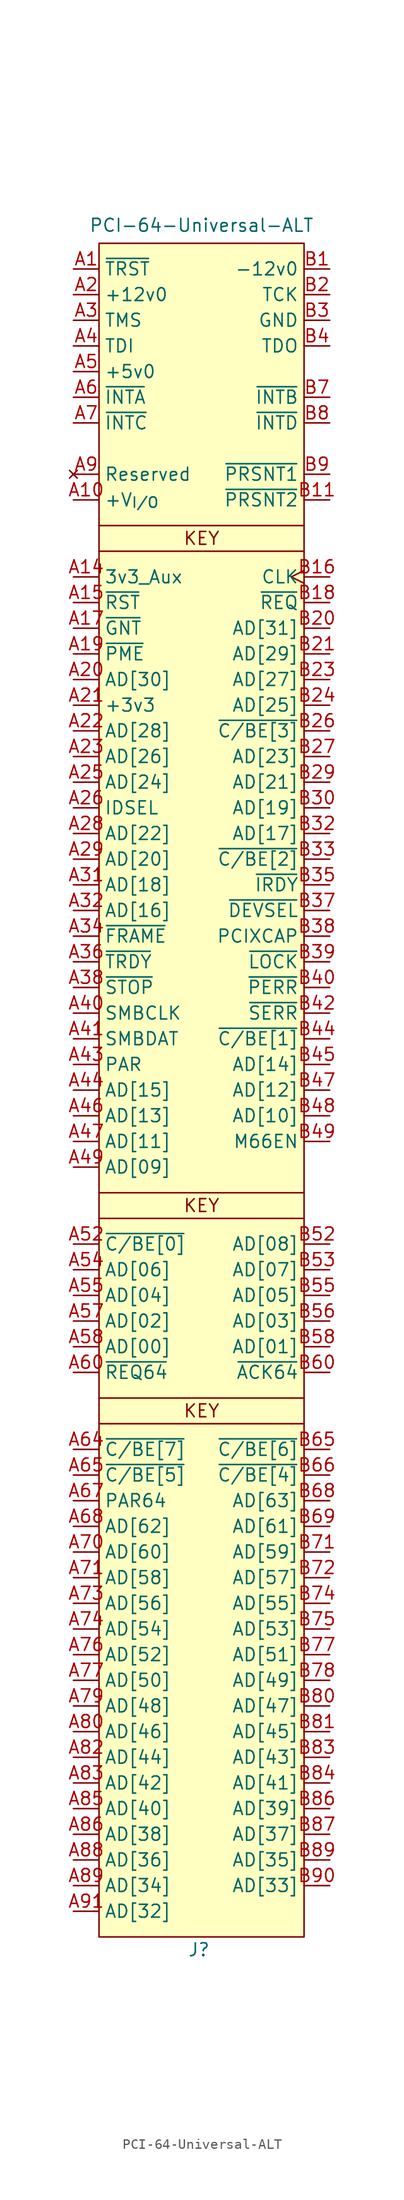
<source format=kicad_sym>
(kicad_symbol_lib
  (version 20241209)
  (generator "kicad_symbol_editor")
  (generator_version "9.0")
  (symbol "PCI-64-Universal-ALT"
    (property "Reference" "J"
      (at -0.254 -139.7 0)
      (effects (font (size 1.27 1.27))))
    (property "Value" "PCI-64-Universal-ALT"
      (at 0 30.988 0)
      (effects (font (size 1.27 1.27))))
    (symbol "PCI-64-Universal-ALT_1_1"
      (rectangle (start -10.16 29.21) (end 10.16 -138.43) (stroke (width 0) (type solid)) (fill (type background)))
      (polyline (pts (xy -10.16 1.27) (xy 10.16 1.27)) (stroke (width 0) (type default)) (fill (type none)))
      (polyline (pts (xy -10.16 -1.27) (xy 10.16 -1.27)) (stroke (width 0) (type default)) (fill (type none)))
      (polyline (pts (xy -10.16 -64.77) (xy 10.16 -64.77)) (stroke (width 0) (type default)) (fill (type none)))
      (polyline (pts (xy -10.16 -67.31) (xy 10.16 -67.31)) (stroke (width 0) (type default)) (fill (type none)))
      (polyline (pts (xy -10.16 -85.09) (xy 10.16 -85.09)) (stroke (width 0) (type default)) (fill (type none)))
      (polyline (pts (xy -10.16 -87.63) (xy 10.16 -87.63)) (stroke (width 0) (type default)) (fill (type none)))
      (text "KEY" (at 0 0 0) (effects (font (size 1.27 1.27))))
      (text "KEY" (at 0 -66.04 0) (effects (font (size 1.27 1.27))))
      (text "KEY" (at 0 -86.36 0) (effects (font (size 1.27 1.27))))
      (pin input line (at -12.7 26.67 0) (length 2.54) (name "~{TRST}" (effects (font (size 1.27 1.27)))) (number "A1" (effects (font (size 1.27 1.27)))))
      (pin power_in line (at -12.7 24.13 0) (length 2.54) (name "+12v0" (effects (font (size 1.27 1.27)))) (number "A2" (effects (font (size 1.27 1.27)))))
      (pin input line (at -12.7 21.59 0) (length 2.54) (name "TMS" (effects (font (size 1.27 1.27)))) (number "A3" (effects (font (size 1.27 1.27)))))
      (pin input line (at -12.7 19.05 0) (length 2.54) (name "TDI" (effects (font (size 1.27 1.27)))) (number "A4" (effects (font (size 1.27 1.27)))))
      (pin power_in line (at -12.7 16.51 0) (length 2.54) (name "+5v0" (effects (font (size 1.27 1.27)))) (number "A5" (effects (font (size 1.27 1.27)))))
      (pin passive line (at -12.7 16.51 0) (length 2.54) (hide yes) (name "+5v0" (effects (font (size 1.27 1.27)))) (number "A61" (effects (font (size 1.27 1.27)))))
      (pin passive line (at -12.7 16.51 0) (length 2.54) (hide yes) (name "+5v0" (effects (font (size 1.27 1.27)))) (number "A62" (effects (font (size 1.27 1.27)))))
      (pin passive line (at -12.7 16.51 0) (length 2.54) (hide yes) (name "+5v0" (effects (font (size 1.27 1.27)))) (number "A8" (effects (font (size 1.27 1.27)))))
      (pin passive line (at -12.7 16.51 0) (length 2.54) (hide yes) (name "+5v0" (effects (font (size 1.27 1.27)))) (number "B5" (effects (font (size 1.27 1.27)))))
      (pin passive line (at -12.7 16.51 0) (length 2.54) (hide yes) (name "+5v0" (effects (font (size 1.27 1.27)))) (number "B6" (effects (font (size 1.27 1.27)))))
      (pin passive line (at -12.7 16.51 0) (length 2.54) (hide yes) (name "+5v0" (effects (font (size 1.27 1.27)))) (number "B61" (effects (font (size 1.27 1.27)))))
      (pin passive line (at -12.7 16.51 0) (length 2.54) (hide yes) (name "+5v0" (effects (font (size 1.27 1.27)))) (number "B62" (effects (font (size 1.27 1.27)))))
      (pin open_emitter line (at -12.7 13.97 0) (length 2.54) (name "~{INTA}" (effects (font (size 1.27 1.27)))) (number "A6" (effects (font (size 1.27 1.27)))))
      (pin open_emitter line (at -12.7 11.43 0) (length 2.54) (name "~{INTC}" (effects (font (size 1.27 1.27)))) (number "A7" (effects (font (size 1.27 1.27)))))
      (pin passive line (at -12.7 6.35 0) (length 2.54) (hide yes) (name "Reserved" (effects (font (size 1.27 1.27)))) (number "A11" (effects (font (size 1.27 1.27)))))
      (pin no_connect line (at -12.7 6.35 0) (length 2.54) (name "Reserved" (effects (font (size 1.27 1.27)))) (number "A9" (effects (font (size 1.27 1.27)))))
      (pin passive line (at -12.7 6.35 0) (length 2.54) (hide yes) (name "Reserved" (effects (font (size 1.27 1.27)))) (number "A92" (effects (font (size 1.27 1.27)))))
      (pin passive line (at -12.7 6.35 0) (length 2.54) (hide yes) (name "Reserved" (effects (font (size 1.27 1.27)))) (number "A94" (effects (font (size 1.27 1.27)))))
      (pin passive line (at -12.7 6.35 0) (length 2.54) (hide yes) (name "Reserved" (effects (font (size 1.27 1.27)))) (number "B10" (effects (font (size 1.27 1.27)))))
      (pin passive line (at -12.7 6.35 0) (length 2.54) (hide yes) (name "Reserved" (effects (font (size 1.27 1.27)))) (number "B14" (effects (font (size 1.27 1.27)))))
      (pin no_connect line (at -12.7 6.35 0) (length 2.54) (hide yes) (name "Reserved" (effects (font (size 1.27 1.27)))) (number "B63" (effects (font (size 1.27 1.27)))))
      (pin passive line (at -12.7 6.35 0) (length 2.54) (hide yes) (name "Reserved" (effects (font (size 1.27 1.27)))) (number "B92" (effects (font (size 1.27 1.27)))))
      (pin passive line (at -12.7 6.35 0) (length 2.54) (hide yes) (name "Reserved" (effects (font (size 1.27 1.27)))) (number "B93" (effects (font (size 1.27 1.27)))))
      (pin power_in line (at -12.7 3.81 0) (length 2.54) (name "+V_{I/O}" (effects (font (size 1.27 1.27)))) (number "A10" (effects (font (size 1.27 1.27)))))
      (pin passive line (at -12.7 3.81 0) (length 2.54) (hide yes) (name "+V_{I/O}" (effects (font (size 1.27 1.27)))) (number "A16" (effects (font (size 1.27 1.27)))))
      (pin passive line (at -12.7 3.81 0) (length 2.54) (hide yes) (name "+V_{I/O}" (effects (font (size 1.27 1.27)))) (number "A59" (effects (font (size 1.27 1.27)))))
      (pin passive line (at -12.7 3.81 0) (length 2.54) (hide yes) (name "+V_{I/O}" (effects (font (size 1.27 1.27)))) (number "A66" (effects (font (size 1.27 1.27)))))
      (pin passive line (at -12.7 3.81 0) (length 2.54) (hide yes) (name "+V_{I/O}" (effects (font (size 1.27 1.27)))) (number "A75" (effects (font (size 1.27 1.27)))))
      (pin passive line (at -12.7 3.81 0) (length 2.54) (hide yes) (name "+V_{I/O}" (effects (font (size 1.27 1.27)))) (number "A84" (effects (font (size 1.27 1.27)))))
      (pin passive line (at -12.7 3.81 0) (length 2.54) (hide yes) (name "+V_{I/O}" (effects (font (size 1.27 1.27)))) (number "B19" (effects (font (size 1.27 1.27)))))
      (pin passive line (at -12.7 3.81 0) (length 2.54) (hide yes) (name "+V_{I/O}" (effects (font (size 1.27 1.27)))) (number "B59" (effects (font (size 1.27 1.27)))))
      (pin passive line (at -12.7 3.81 0) (length 2.54) (hide yes) (name "+V_{I/O}" (effects (font (size 1.27 1.27)))) (number "B70" (effects (font (size 1.27 1.27)))))
      (pin passive line (at -12.7 3.81 0) (length 2.54) (hide yes) (name "+V_{I/O}" (effects (font (size 1.27 1.27)))) (number "B79" (effects (font (size 1.27 1.27)))))
      (pin passive line (at -12.7 3.81 0) (length 2.54) (hide yes) (name "+V_{I/O}" (effects (font (size 1.27 1.27)))) (number "B88" (effects (font (size 1.27 1.27)))))
      (pin power_in line (at -12.7 -3.81 0) (length 2.54) (name "3v3_Aux" (effects (font (size 1.27 1.27)))) (number "A14" (effects (font (size 1.27 1.27)))))
      (pin input line (at -12.7 -6.35 0) (length 2.54) (name "~{RST}" (effects (font (size 1.27 1.27)))) (number "A15" (effects (font (size 1.27 1.27)))))
      (pin tri_state line (at -12.7 -8.89 0) (length 2.54) (name "~{GNT}" (effects (font (size 1.27 1.27)))) (number "A17" (effects (font (size 1.27 1.27)))))
      (pin open_emitter line (at -12.7 -11.43 0) (length 2.54) (name "~{PME}" (effects (font (size 1.27 1.27)))) (number "A19" (effects (font (size 1.27 1.27)))))
      (pin tri_state line (at -12.7 -13.97 0) (length 2.54) (name "AD[30]" (effects (font (size 1.27 1.27)))) (number "A20" (effects (font (size 1.27 1.27)))))
      (pin power_in line (at -12.7 -16.51 0) (length 2.54) (name "+3v3" (effects (font (size 1.27 1.27)))) (number "A21" (effects (font (size 1.27 1.27)))))
      (pin passive line (at -12.7 -16.51 0) (length 2.54) (hide yes) (name "+3v3" (effects (font (size 1.27 1.27)))) (number "A27" (effects (font (size 1.27 1.27)))))
      (pin passive line (at -12.7 -16.51 0) (length 2.54) (hide yes) (name "+3v3" (effects (font (size 1.27 1.27)))) (number "A33" (effects (font (size 1.27 1.27)))))
      (pin passive line (at -12.7 -16.51 0) (length 2.54) (hide yes) (name "+3v3" (effects (font (size 1.27 1.27)))) (number "A39" (effects (font (size 1.27 1.27)))))
      (pin passive line (at -12.7 -16.51 0) (length 2.54) (hide yes) (name "+3v3" (effects (font (size 1.27 1.27)))) (number "A45" (effects (font (size 1.27 1.27)))))
      (pin passive line (at -12.7 -16.51 0) (length 2.54) (hide yes) (name "+3v3" (effects (font (size 1.27 1.27)))) (number "A53" (effects (font (size 1.27 1.27)))))
      (pin passive line (at -12.7 -16.51 0) (length 2.54) (hide yes) (name "+3v3" (effects (font (size 1.27 1.27)))) (number "B25" (effects (font (size 1.27 1.27)))))
      (pin passive line (at -12.7 -16.51 0) (length 2.54) (hide yes) (name "+3v3" (effects (font (size 1.27 1.27)))) (number "B31" (effects (font (size 1.27 1.27)))))
      (pin passive line (at -12.7 -16.51 0) (length 2.54) (hide yes) (name "+3v3" (effects (font (size 1.27 1.27)))) (number "B36" (effects (font (size 1.27 1.27)))))
      (pin passive line (at -12.7 -16.51 0) (length 2.54) (hide yes) (name "+3v3" (effects (font (size 1.27 1.27)))) (number "B41" (effects (font (size 1.27 1.27)))))
      (pin passive line (at -12.7 -16.51 0) (length 2.54) (hide yes) (name "+3v3" (effects (font (size 1.27 1.27)))) (number "B43" (effects (font (size 1.27 1.27)))))
      (pin passive line (at -12.7 -16.51 0) (length 2.54) (hide yes) (name "+3v3" (effects (font (size 1.27 1.27)))) (number "B54" (effects (font (size 1.27 1.27)))))
      (pin tri_state line (at -12.7 -19.05 0) (length 2.54) (name "AD[28]" (effects (font (size 1.27 1.27)))) (number "A22" (effects (font (size 1.27 1.27)))))
      (pin tri_state line (at -12.7 -21.59 0) (length 2.54) (name "AD[26]" (effects (font (size 1.27 1.27)))) (number "A23" (effects (font (size 1.27 1.27)))))
      (pin tri_state line (at -12.7 -24.13 0) (length 2.54) (name "AD[24]" (effects (font (size 1.27 1.27)))) (number "A25" (effects (font (size 1.27 1.27)))))
      (pin input line (at -12.7 -26.67 0) (length 2.54) (name "IDSEL" (effects (font (size 1.27 1.27)))) (number "A26" (effects (font (size 1.27 1.27)))))
      (pin tri_state line (at -12.7 -29.21 0) (length 2.54) (name "AD[22]" (effects (font (size 1.27 1.27)))) (number "A28" (effects (font (size 1.27 1.27)))))
      (pin tri_state line (at -12.7 -31.75 0) (length 2.54) (name "AD[20]" (effects (font (size 1.27 1.27)))) (number "A29" (effects (font (size 1.27 1.27)))))
      (pin tri_state line (at -12.7 -34.29 0) (length 2.54) (name "AD[18]" (effects (font (size 1.27 1.27)))) (number "A31" (effects (font (size 1.27 1.27)))))
      (pin tri_state line (at -12.7 -36.83 0) (length 2.54) (name "AD[16]" (effects (font (size 1.27 1.27)))) (number "A32" (effects (font (size 1.27 1.27)))))
      (pin tri_state line (at -12.7 -39.37 0) (length 2.54) (name "~{FRAME}" (effects (font (size 1.27 1.27)))) (number "A34" (effects (font (size 1.27 1.27)))))
      (pin tri_state line (at -12.7 -41.91 0) (length 2.54) (name "~{TRDY}" (effects (font (size 1.27 1.27)))) (number "A36" (effects (font (size 1.27 1.27)))))
      (pin tri_state line (at -12.7 -44.45 0) (length 2.54) (name "~{STOP}" (effects (font (size 1.27 1.27)))) (number "A38" (effects (font (size 1.27 1.27)))))
      (pin open_emitter line (at -12.7 -46.99 0) (length 2.54) (name "SMBCLK" (effects (font (size 1.27 1.27)))) (number "A40" (effects (font (size 1.27 1.27)))))
      (pin open_emitter line (at -12.7 -49.53 0) (length 2.54) (name "SMBDAT" (effects (font (size 1.27 1.27)))) (number "A41" (effects (font (size 1.27 1.27)))))
      (pin tri_state line (at -12.7 -52.07 0) (length 2.54) (name "PAR" (effects (font (size 1.27 1.27)))) (number "A43" (effects (font (size 1.27 1.27)))))
      (pin tri_state line (at -12.7 -54.61 0) (length 2.54) (name "AD[15]" (effects (font (size 1.27 1.27)))) (number "A44" (effects (font (size 1.27 1.27)))))
      (pin tri_state line (at -12.7 -57.15 0) (length 2.54) (name "AD[13]" (effects (font (size 1.27 1.27)))) (number "A46" (effects (font (size 1.27 1.27)))))
      (pin tri_state line (at -12.7 -59.69 0) (length 2.54) (name "AD[11]" (effects (font (size 1.27 1.27)))) (number "A47" (effects (font (size 1.27 1.27)))))
      (pin tri_state line (at -12.7 -62.23 0) (length 2.54) (name "AD[09]" (effects (font (size 1.27 1.27)))) (number "A49" (effects (font (size 1.27 1.27)))))
      (pin tri_state line (at -12.7 -69.85 0) (length 2.54) (name "~{C/BE[0]}" (effects (font (size 1.27 1.27)))) (number "A52" (effects (font (size 1.27 1.27)))))
      (pin tri_state line (at -12.7 -72.39 0) (length 2.54) (name "AD[06]" (effects (font (size 1.27 1.27)))) (number "A54" (effects (font (size 1.27 1.27)))))
      (pin tri_state line (at -12.7 -74.93 0) (length 2.54) (name "AD[04]" (effects (font (size 1.27 1.27)))) (number "A55" (effects (font (size 1.27 1.27)))))
      (pin tri_state line (at -12.7 -77.47 0) (length 2.54) (name "AD[02]" (effects (font (size 1.27 1.27)))) (number "A57" (effects (font (size 1.27 1.27)))))
      (pin tri_state line (at -12.7 -80.01 0) (length 2.54) (name "AD[00]" (effects (font (size 1.27 1.27)))) (number "A58" (effects (font (size 1.27 1.27)))))
      (pin tri_state line (at -12.7 -82.55 0) (length 2.54) (name "~{REQ64}" (effects (font (size 1.27 1.27)))) (number "A60" (effects (font (size 1.27 1.27)))))
      (pin tri_state line (at -12.7 -90.17 0) (length 2.54) (name "~{C/BE[7]}" (effects (font (size 1.27 1.27)))) (number "A64" (effects (font (size 1.27 1.27)))))
      (pin tri_state line (at -12.7 -92.71 0) (length 2.54) (name "~{C/BE[5]}" (effects (font (size 1.27 1.27)))) (number "A65" (effects (font (size 1.27 1.27)))))
      (pin tri_state line (at -12.7 -95.25 0) (length 2.54) (name "PAR64" (effects (font (size 1.27 1.27)))) (number "A67" (effects (font (size 1.27 1.27)))))
      (pin tri_state line (at -12.7 -97.79 0) (length 2.54) (name "AD[62]" (effects (font (size 1.27 1.27)))) (number "A68" (effects (font (size 1.27 1.27)))))
      (pin tri_state line (at -12.7 -100.33 0) (length 2.54) (name "AD[60]" (effects (font (size 1.27 1.27)))) (number "A70" (effects (font (size 1.27 1.27)))))
      (pin tri_state line (at -12.7 -102.87 0) (length 2.54) (name "AD[58]" (effects (font (size 1.27 1.27)))) (number "A71" (effects (font (size 1.27 1.27)))))
      (pin tri_state line (at -12.7 -105.41 0) (length 2.54) (name "AD[56]" (effects (font (size 1.27 1.27)))) (number "A73" (effects (font (size 1.27 1.27)))))
      (pin tri_state line (at -12.7 -107.95 0) (length 2.54) (name "AD[54]" (effects (font (size 1.27 1.27)))) (number "A74" (effects (font (size 1.27 1.27)))))
      (pin tri_state line (at -12.7 -110.49 0) (length 2.54) (name "AD[52]" (effects (font (size 1.27 1.27)))) (number "A76" (effects (font (size 1.27 1.27)))))
      (pin tri_state line (at -12.7 -113.03 0) (length 2.54) (name "AD[50]" (effects (font (size 1.27 1.27)))) (number "A77" (effects (font (size 1.27 1.27)))))
      (pin tri_state line (at -12.7 -115.57 0) (length 2.54) (name "AD[48]" (effects (font (size 1.27 1.27)))) (number "A79" (effects (font (size 1.27 1.27)))))
      (pin tri_state line (at -12.7 -118.11 0) (length 2.54) (name "AD[46]" (effects (font (size 1.27 1.27)))) (number "A80" (effects (font (size 1.27 1.27)))))
      (pin tri_state line (at -12.7 -120.65 0) (length 2.54) (name "AD[44]" (effects (font (size 1.27 1.27)))) (number "A82" (effects (font (size 1.27 1.27)))))
      (pin tri_state line (at -12.7 -123.19 0) (length 2.54) (name "AD[42]" (effects (font (size 1.27 1.27)))) (number "A83" (effects (font (size 1.27 1.27)))))
      (pin tri_state line (at -12.7 -125.73 0) (length 2.54) (name "AD[40]" (effects (font (size 1.27 1.27)))) (number "A85" (effects (font (size 1.27 1.27)))))
      (pin tri_state line (at -12.7 -128.27 0) (length 2.54) (name "AD[38]" (effects (font (size 1.27 1.27)))) (number "A86" (effects (font (size 1.27 1.27)))))
      (pin tri_state line (at -12.7 -130.81 0) (length 2.54) (name "AD[36]" (effects (font (size 1.27 1.27)))) (number "A88" (effects (font (size 1.27 1.27)))))
      (pin tri_state line (at -12.7 -133.35 0) (length 2.54) (name "AD[34]" (effects (font (size 1.27 1.27)))) (number "A89" (effects (font (size 1.27 1.27)))))
      (pin tri_state line (at -12.7 -135.89 0) (length 2.54) (name "AD[32]" (effects (font (size 1.27 1.27)))) (number "A91" (effects (font (size 1.27 1.27)))))
      (pin power_in line (at 12.7 26.67 180) (length 2.54) (name "-12v0" (effects (font (size 1.27 1.27)))) (number "B1" (effects (font (size 1.27 1.27)))))
      (pin input line (at 12.7 24.13 180) (length 2.54) (name "TCK" (effects (font (size 1.27 1.27)))) (number "B2" (effects (font (size 1.27 1.27)))))
      (pin passive line (at 12.7 21.59 180) (length 2.54) (hide yes) (name "GND" (effects (font (size 1.27 1.27)))) (number "A18" (effects (font (size 1.27 1.27)))))
      (pin passive line (at 12.7 21.59 180) (length 2.54) (hide yes) (name "GND" (effects (font (size 1.27 1.27)))) (number "A24" (effects (font (size 1.27 1.27)))))
      (pin passive line (at 12.7 21.59 180) (length 2.54) (hide yes) (name "GND" (effects (font (size 1.27 1.27)))) (number "A30" (effects (font (size 1.27 1.27)))))
      (pin passive line (at 12.7 21.59 180) (length 2.54) (hide yes) (name "GND" (effects (font (size 1.27 1.27)))) (number "A35" (effects (font (size 1.27 1.27)))))
      (pin passive line (at 12.7 21.59 180) (length 2.54) (hide yes) (name "GND" (effects (font (size 1.27 1.27)))) (number "A37" (effects (font (size 1.27 1.27)))))
      (pin passive line (at 12.7 21.59 180) (length 2.54) (hide yes) (name "GND" (effects (font (size 1.27 1.27)))) (number "A42" (effects (font (size 1.27 1.27)))))
      (pin passive line (at 12.7 21.59 180) (length 2.54) (hide yes) (name "GND" (effects (font (size 1.27 1.27)))) (number "A48" (effects (font (size 1.27 1.27)))))
      (pin passive line (at 12.7 21.59 180) (length 2.54) (hide yes) (name "GND" (effects (font (size 1.27 1.27)))) (number "A56" (effects (font (size 1.27 1.27)))))
      (pin passive line (at 12.7 21.59 180) (length 2.54) (hide yes) (name "GND" (effects (font (size 1.27 1.27)))) (number "A63" (effects (font (size 1.27 1.27)))))
      (pin passive line (at 12.7 21.59 180) (length 2.54) (hide yes) (name "GND" (effects (font (size 1.27 1.27)))) (number "A69" (effects (font (size 1.27 1.27)))))
      (pin passive line (at 12.7 21.59 180) (length 2.54) (hide yes) (name "GND" (effects (font (size 1.27 1.27)))) (number "A72" (effects (font (size 1.27 1.27)))))
      (pin passive line (at 12.7 21.59 180) (length 2.54) (hide yes) (name "GND" (effects (font (size 1.27 1.27)))) (number "A78" (effects (font (size 1.27 1.27)))))
      (pin passive line (at 12.7 21.59 180) (length 2.54) (hide yes) (name "GND" (effects (font (size 1.27 1.27)))) (number "A81" (effects (font (size 1.27 1.27)))))
      (pin passive line (at 12.7 21.59 180) (length 2.54) (hide yes) (name "GND" (effects (font (size 1.27 1.27)))) (number "A87" (effects (font (size 1.27 1.27)))))
      (pin passive line (at 12.7 21.59 180) (length 2.54) (hide yes) (name "GND" (effects (font (size 1.27 1.27)))) (number "A90" (effects (font (size 1.27 1.27)))))
      (pin passive line (at 12.7 21.59 180) (length 2.54) (hide yes) (name "GND" (effects (font (size 1.27 1.27)))) (number "A93" (effects (font (size 1.27 1.27)))))
      (pin passive line (at 12.7 21.59 180) (length 2.54) (hide yes) (name "GND" (effects (font (size 1.27 1.27)))) (number "B15" (effects (font (size 1.27 1.27)))))
      (pin passive line (at 12.7 21.59 180) (length 2.54) (hide yes) (name "GND" (effects (font (size 1.27 1.27)))) (number "B17" (effects (font (size 1.27 1.27)))))
      (pin passive line (at 12.7 21.59 180) (length 2.54) (hide yes) (name "GND" (effects (font (size 1.27 1.27)))) (number "B22" (effects (font (size 1.27 1.27)))))
      (pin passive line (at 12.7 21.59 180) (length 2.54) (hide yes) (name "GND" (effects (font (size 1.27 1.27)))) (number "B28" (effects (font (size 1.27 1.27)))))
      (pin power_in line (at 12.7 21.59 180) (length 2.54) (name "GND" (effects (font (size 1.27 1.27)))) (number "B3" (effects (font (size 1.27 1.27)))))
      (pin passive line (at 12.7 21.59 180) (length 2.54) (hide yes) (name "GND" (effects (font (size 1.27 1.27)))) (number "B34" (effects (font (size 1.27 1.27)))))
      (pin passive line (at 12.7 21.59 180) (length 2.54) (hide yes) (name "GND" (effects (font (size 1.27 1.27)))) (number "B46" (effects (font (size 1.27 1.27)))))
      (pin passive line (at 12.7 21.59 180) (length 2.54) (hide yes) (name "GND" (effects (font (size 1.27 1.27)))) (number "B57" (effects (font (size 1.27 1.27)))))
      (pin passive line (at 12.7 21.59 180) (length 2.54) (hide yes) (name "GND" (effects (font (size 1.27 1.27)))) (number "B64" (effects (font (size 1.27 1.27)))))
      (pin passive line (at 12.7 21.59 180) (length 2.54) (hide yes) (name "GND" (effects (font (size 1.27 1.27)))) (number "B67" (effects (font (size 1.27 1.27)))))
      (pin passive line (at 12.7 21.59 180) (length 2.54) (hide yes) (name "GND" (effects (font (size 1.27 1.27)))) (number "B73" (effects (font (size 1.27 1.27)))))
      (pin passive line (at 12.7 21.59 180) (length 2.54) (hide yes) (name "GND" (effects (font (size 1.27 1.27)))) (number "B76" (effects (font (size 1.27 1.27)))))
      (pin passive line (at 12.7 21.59 180) (length 2.54) (hide yes) (name "GND" (effects (font (size 1.27 1.27)))) (number "B82" (effects (font (size 1.27 1.27)))))
      (pin passive line (at 12.7 21.59 180) (length 2.54) (hide yes) (name "GND" (effects (font (size 1.27 1.27)))) (number "B85" (effects (font (size 1.27 1.27)))))
      (pin passive line (at 12.7 21.59 180) (length 2.54) (hide yes) (name "GND" (effects (font (size 1.27 1.27)))) (number "B91" (effects (font (size 1.27 1.27)))))
      (pin passive line (at 12.7 21.59 180) (length 2.54) (hide yes) (name "GND" (effects (font (size 1.27 1.27)))) (number "B94" (effects (font (size 1.27 1.27)))))
      (pin output line (at 12.7 19.05 180) (length 2.54) (name "TDO" (effects (font (size 1.27 1.27)))) (number "B4" (effects (font (size 1.27 1.27)))))
      (pin open_emitter line (at 12.7 13.97 180) (length 2.54) (name "~{INTB}" (effects (font (size 1.27 1.27)))) (number "B7" (effects (font (size 1.27 1.27)))))
      (pin open_emitter line (at 12.7 11.43 180) (length 2.54) (name "~{INTD}" (effects (font (size 1.27 1.27)))) (number "B8" (effects (font (size 1.27 1.27)))))
      (pin input line (at 12.7 6.35 180) (length 2.54) (name "~{PRSNT1}" (effects (font (size 1.27 1.27)))) (number "B9" (effects (font (size 1.27 1.27)))))
      (pin input line (at 12.7 3.81 180) (length 2.54) (name "~{PRSNT2}" (effects (font (size 1.27 1.27)))) (number "B11" (effects (font (size 1.27 1.27)))))
      (pin input clock (at 12.7 -3.81 180) (length 2.54) (name "CLK" (effects (font (size 1.27 1.27)))) (number "B16" (effects (font (size 1.27 1.27)))))
      (pin tri_state line (at 12.7 -6.35 180) (length 2.54) (name "~{REQ}" (effects (font (size 1.27 1.27)))) (number "B18" (effects (font (size 1.27 1.27)))))
      (pin tri_state line (at 12.7 -8.89 180) (length 2.54) (name "AD[31]" (effects (font (size 1.27 1.27)))) (number "B20" (effects (font (size 1.27 1.27)))))
      (pin tri_state line (at 12.7 -11.43 180) (length 2.54) (name "AD[29]" (effects (font (size 1.27 1.27)))) (number "B21" (effects (font (size 1.27 1.27)))))
      (pin tri_state line (at 12.7 -13.97 180) (length 2.54) (name "AD[27]" (effects (font (size 1.27 1.27)))) (number "B23" (effects (font (size 1.27 1.27)))))
      (pin tri_state line (at 12.7 -16.51 180) (length 2.54) (name "AD[25]" (effects (font (size 1.27 1.27)))) (number "B24" (effects (font (size 1.27 1.27)))))
      (pin tri_state line (at 12.7 -19.05 180) (length 2.54) (name "~{C/BE[3]}" (effects (font (size 1.27 1.27)))) (number "B26" (effects (font (size 1.27 1.27)))))
      (pin tri_state line (at 12.7 -21.59 180) (length 2.54) (name "AD[23]" (effects (font (size 1.27 1.27)))) (number "B27" (effects (font (size 1.27 1.27)))))
      (pin tri_state line (at 12.7 -24.13 180) (length 2.54) (name "AD[21]" (effects (font (size 1.27 1.27)))) (number "B29" (effects (font (size 1.27 1.27)))))
      (pin tri_state line (at 12.7 -26.67 180) (length 2.54) (name "AD[19]" (effects (font (size 1.27 1.27)))) (number "B30" (effects (font (size 1.27 1.27)))))
      (pin tri_state line (at 12.7 -29.21 180) (length 2.54) (name "AD[17]" (effects (font (size 1.27 1.27)))) (number "B32" (effects (font (size 1.27 1.27)))))
      (pin tri_state line (at 12.7 -31.75 180) (length 2.54) (name "~{C/BE[2]}" (effects (font (size 1.27 1.27)))) (number "B33" (effects (font (size 1.27 1.27)))))
      (pin tri_state line (at 12.7 -34.29 180) (length 2.54) (name "~{IRDY}" (effects (font (size 1.27 1.27)))) (number "B35" (effects (font (size 1.27 1.27)))))
      (pin tri_state line (at 12.7 -36.83 180) (length 2.54) (name "~{DEVSEL}" (effects (font (size 1.27 1.27)))) (number "B37" (effects (font (size 1.27 1.27)))))
      (pin passive line (at 12.7 -39.37 180) (length 2.54) (name "PCIXCAP" (effects (font (size 1.27 1.27)))) (number "B38" (effects (font (size 1.27 1.27)))))
      (pin tri_state line (at 12.7 -41.91 180) (length 2.54) (name "~{LOCK}" (effects (font (size 1.27 1.27)))) (number "B39" (effects (font (size 1.27 1.27)))))
      (pin tri_state line (at 12.7 -44.45 180) (length 2.54) (name "~{PERR}" (effects (font (size 1.27 1.27)))) (number "B40" (effects (font (size 1.27 1.27)))))
      (pin open_emitter line (at 12.7 -46.99 180) (length 2.54) (name "~{SERR}" (effects (font (size 1.27 1.27)))) (number "B42" (effects (font (size 1.27 1.27)))))
      (pin tri_state line (at 12.7 -49.53 180) (length 2.54) (name "~{C/BE[1]}" (effects (font (size 1.27 1.27)))) (number "B44" (effects (font (size 1.27 1.27)))))
      (pin tri_state line (at 12.7 -52.07 180) (length 2.54) (name "AD[14]" (effects (font (size 1.27 1.27)))) (number "B45" (effects (font (size 1.27 1.27)))))
      (pin tri_state line (at 12.7 -54.61 180) (length 2.54) (name "AD[12]" (effects (font (size 1.27 1.27)))) (number "B47" (effects (font (size 1.27 1.27)))))
      (pin tri_state line (at 12.7 -57.15 180) (length 2.54) (name "AD[10]" (effects (font (size 1.27 1.27)))) (number "B48" (effects (font (size 1.27 1.27)))))
      (pin input line (at 12.7 -59.69 180) (length 2.54) (name "M66EN" (effects (font (size 1.27 1.27)))) (number "B49" (effects (font (size 1.27 1.27)))))
      (pin tri_state line (at 12.7 -69.85 180) (length 2.54) (name "AD[08]" (effects (font (size 1.27 1.27)))) (number "B52" (effects (font (size 1.27 1.27)))))
      (pin tri_state line (at 12.7 -72.39 180) (length 2.54) (name "AD[07]" (effects (font (size 1.27 1.27)))) (number "B53" (effects (font (size 1.27 1.27)))))
      (pin tri_state line (at 12.7 -74.93 180) (length 2.54) (name "AD[05]" (effects (font (size 1.27 1.27)))) (number "B55" (effects (font (size 1.27 1.27)))))
      (pin tri_state line (at 12.7 -77.47 180) (length 2.54) (name "AD[03]" (effects (font (size 1.27 1.27)))) (number "B56" (effects (font (size 1.27 1.27)))))
      (pin tri_state line (at 12.7 -80.01 180) (length 2.54) (name "AD[01]" (effects (font (size 1.27 1.27)))) (number "B58" (effects (font (size 1.27 1.27)))))
      (pin tri_state line (at 12.7 -82.55 180) (length 2.54) (name "~{ACK64}" (effects (font (size 1.27 1.27)))) (number "B60" (effects (font (size 1.27 1.27)))))
      (pin tri_state line (at 12.7 -90.17 180) (length 2.54) (name "~{C/BE[6]}" (effects (font (size 1.27 1.27)))) (number "B65" (effects (font (size 1.27 1.27)))))
      (pin tri_state line (at 12.7 -92.71 180) (length 2.54) (name "~{C/BE[4]}" (effects (font (size 1.27 1.27)))) (number "B66" (effects (font (size 1.27 1.27)))))
      (pin tri_state line (at 12.7 -95.25 180) (length 2.54) (name "AD[63]" (effects (font (size 1.27 1.27)))) (number "B68" (effects (font (size 1.27 1.27)))))
      (pin tri_state line (at 12.7 -97.79 180) (length 2.54) (name "AD[61]" (effects (font (size 1.27 1.27)))) (number "B69" (effects (font (size 1.27 1.27)))))
      (pin tri_state line (at 12.7 -100.33 180) (length 2.54) (name "AD[59]" (effects (font (size 1.27 1.27)))) (number "B71" (effects (font (size 1.27 1.27)))))
      (pin tri_state line (at 12.7 -102.87 180) (length 2.54) (name "AD[57]" (effects (font (size 1.27 1.27)))) (number "B72" (effects (font (size 1.27 1.27)))))
      (pin tri_state line (at 12.7 -105.41 180) (length 2.54) (name "AD[55]" (effects (font (size 1.27 1.27)))) (number "B74" (effects (font (size 1.27 1.27)))))
      (pin tri_state line (at 12.7 -107.95 180) (length 2.54) (name "AD[53]" (effects (font (size 1.27 1.27)))) (number "B75" (effects (font (size 1.27 1.27)))))
      (pin tri_state line (at 12.7 -110.49 180) (length 2.54) (name "AD[51]" (effects (font (size 1.27 1.27)))) (number "B77" (effects (font (size 1.27 1.27)))))
      (pin tri_state line (at 12.7 -113.03 180) (length 2.54) (name "AD[49]" (effects (font (size 1.27 1.27)))) (number "B78" (effects (font (size 1.27 1.27)))))
      (pin tri_state line (at 12.7 -115.57 180) (length 2.54) (name "AD[47]" (effects (font (size 1.27 1.27)))) (number "B80" (effects (font (size 1.27 1.27)))))
      (pin tri_state line (at 12.7 -118.11 180) (length 2.54) (name "AD[45]" (effects (font (size 1.27 1.27)))) (number "B81" (effects (font (size 1.27 1.27)))))
      (pin tri_state line (at 12.7 -120.65 180) (length 2.54) (name "AD[43]" (effects (font (size 1.27 1.27)))) (number "B83" (effects (font (size 1.27 1.27)))))
      (pin tri_state line (at 12.7 -123.19 180) (length 2.54) (name "AD[41]" (effects (font (size 1.27 1.27)))) (number "B84" (effects (font (size 1.27 1.27)))))
      (pin tri_state line (at 12.7 -125.73 180) (length 2.54) (name "AD[39]" (effects (font (size 1.27 1.27)))) (number "B86" (effects (font (size 1.27 1.27)))))
      (pin tri_state line (at 12.7 -128.27 180) (length 2.54) (name "AD[37]" (effects (font (size 1.27 1.27)))) (number "B87" (effects (font (size 1.27 1.27)))))
      (pin tri_state line (at 12.7 -130.81 180) (length 2.54) (name "AD[35]" (effects (font (size 1.27 1.27)))) (number "B89" (effects (font (size 1.27 1.27)))))
      (pin tri_state line (at 12.7 -133.35 180) (length 2.54) (name "AD[33]" (effects (font (size 1.27 1.27)))) (number "B90" (effects (font (size 1.27 1.27))))))))
</source>
